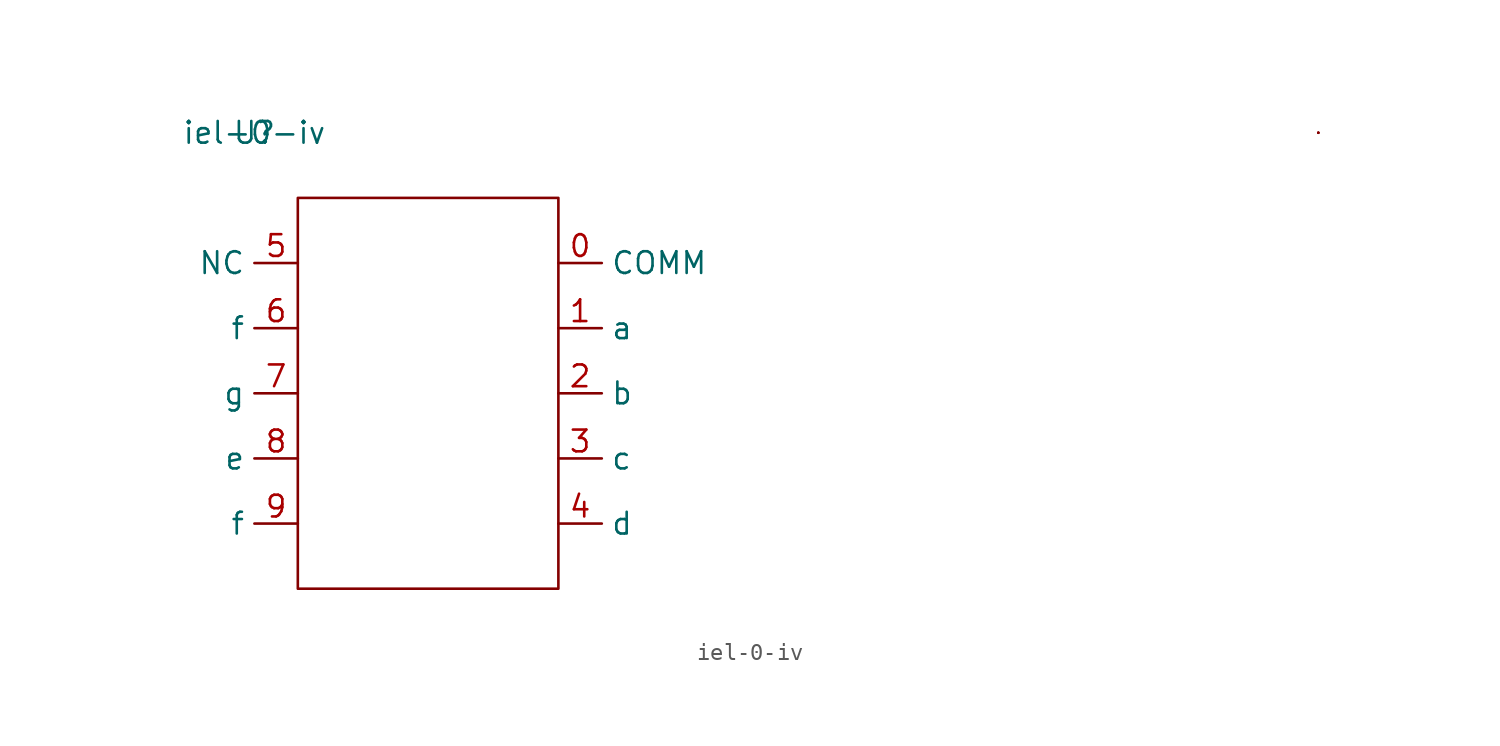
<source format=kicad_sym>
(kicad_symbol_lib
  (version 20211014)
  (generator kicad_symbol_editor)
  (symbol "iel-0-iv"
    (property "Reference" "U"
      (at 0 0 0)
      (effects (font (size 1.27 1.27))))
    (property "Value" "iel-0-iv"
      (at 0 0 0)
      (effects (font (size 1.27 1.27))))
    (symbol "iel-0-iv_0_1"
      (rectangle (start 2.54 -3.81) (end 17.78 -26.67) (stroke (width 0) (type default) (color 0 0 0 0)) (fill (type none)))
      (rectangle (start 62.23 0) (end 62.23 0) (stroke (width 0) (type default) (color 0 0 0 0)) (fill (type none)))
      (rectangle (start 62.23 0) (end 62.23 0) (stroke (width 0) (type default) (color 0 0 0 0)) (fill (type none)))
      (rectangle (start 62.23 0) (end 62.23 0) (stroke (width 0) (type default) (color 0 0 0 0)) (fill (type none))))
    (symbol "iel-0-iv_1_1"
      (pin input line (at 17.78 -7.62 0) (length 2.54) (name "COMM" (effects (font (size 1.27 1.27)))) (number "0" (effects (font (size 1.27 1.27)))))
      (pin input line (at 17.78 -11.43 0) (length 2.54) (name "a" (effects (font (size 1.27 1.27)))) (number "1" (effects (font (size 1.27 1.27)))))
      (pin input line (at 17.78 -15.24 0) (length 2.54) (name "b" (effects (font (size 1.27 1.27)))) (number "2" (effects (font (size 1.27 1.27)))))
      (pin input line (at 17.78 -19.05 0) (length 2.54) (name "c" (effects (font (size 1.27 1.27)))) (number "3" (effects (font (size 1.27 1.27)))))
      (pin input line (at 17.78 -22.86 0) (length 2.54) (name "d" (effects (font (size 1.27 1.27)))) (number "4" (effects (font (size 1.27 1.27)))))
      (pin input line (at 2.54 -7.62 180) (length 2.54) (name "NC" (effects (font (size 1.27 1.27)))) (number "5" (effects (font (size 1.27 1.27)))))
      (pin input line (at 2.54 -11.43 180) (length 2.54) (name "f" (effects (font (size 1.27 1.27)))) (number "6" (effects (font (size 1.27 1.27)))))
      (pin input line (at 2.54 -15.24 180) (length 2.54) (name "g" (effects (font (size 1.27 1.27)))) (number "7" (effects (font (size 1.27 1.27)))))
      (pin input line (at 2.54 -19.05 180) (length 2.54) (name "e" (effects (font (size 1.27 1.27)))) (number "8" (effects (font (size 1.27 1.27)))))
      (pin input line (at 2.54 -22.86 180) (length 2.54) (name "f" (effects (font (size 1.27 1.27)))) (number "9" (effects (font (size 1.27 1.27))))))))
</source>
